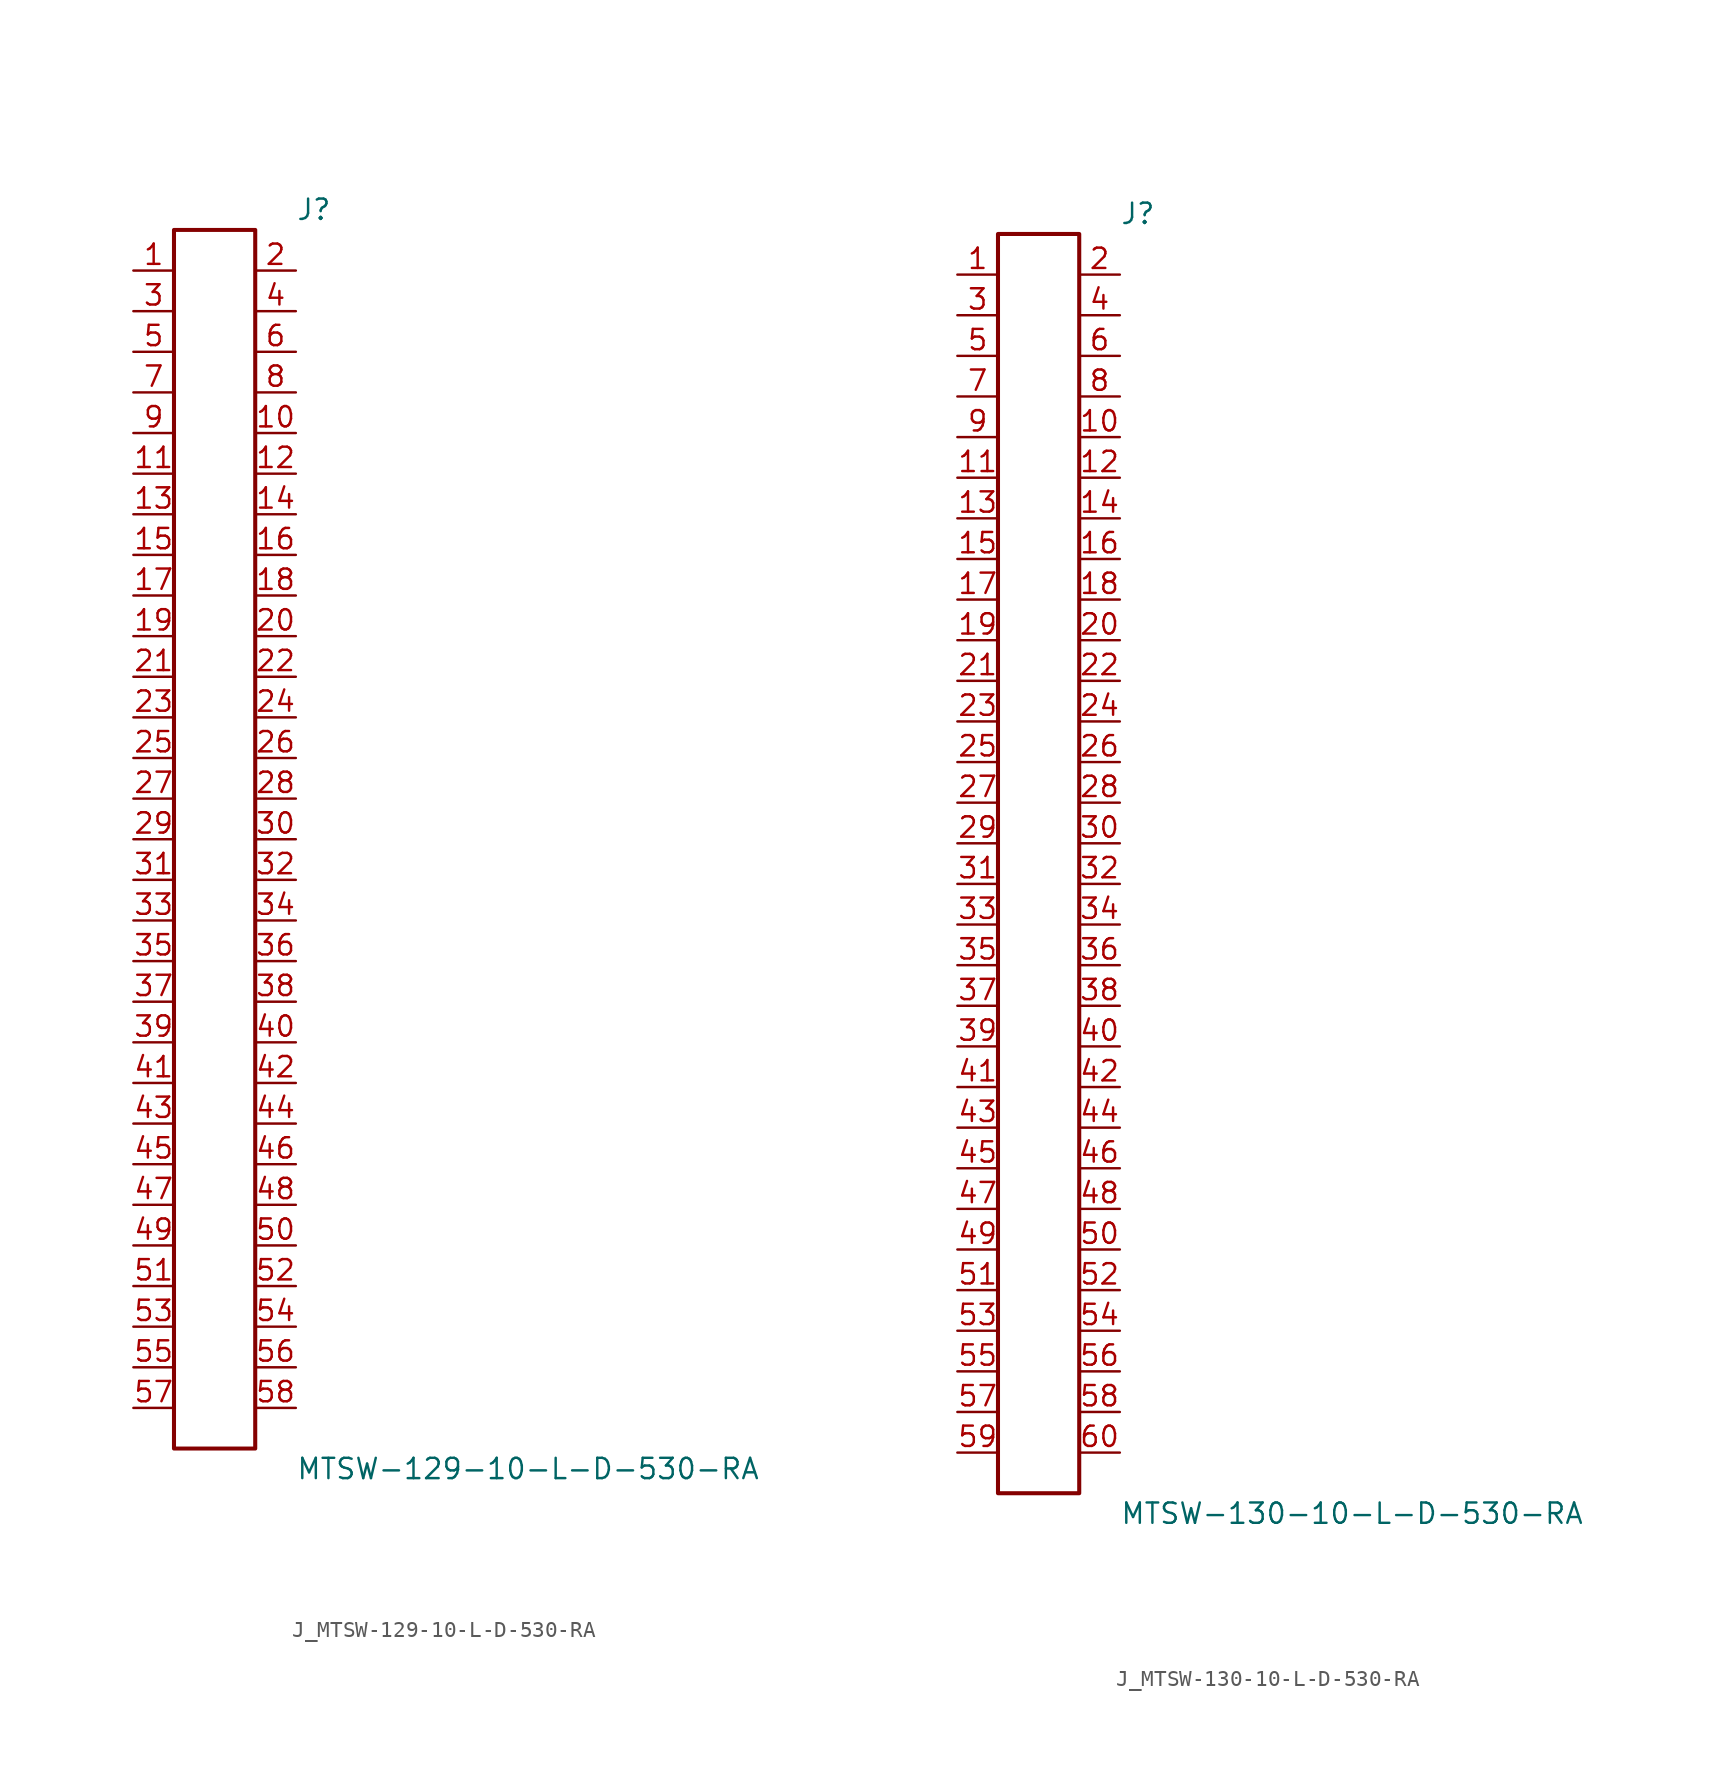
<source format=kicad_sym>
(kicad_symbol_lib
  (version 20231120)
  (generator kicad_symbol_editor)
  (generator_version 8.0)
  (symbol "J_MTSW-129-10-L-D-530-RA"
    (pin_names
      (offset 0.254))
    (property "Reference" "J"
      (at 5.08 39.37 0)
      (effects (font (size 1.27 1.27)) (justify left)))
    (property "Value" "MTSW-129-10-L-D-530-RA"
      (at 5.08 -39.37 0)
      (effects (font (size 1.27 1.27)) (justify left)))
    (symbol "J_MTSW-129-10-L-D-530-RA_0_0"
      (pin passive line (at -5.08 35.56 0) (length 2.54) (name "" (effects (font (size 1.27 1.27)))) (number "1" (effects (font (size 1.27 1.27)))))
      (pin passive line (at 5.08 35.56 180) (length 2.54) (name "" (effects (font (size 1.27 1.27)))) (number "2" (effects (font (size 1.27 1.27)))))
      (pin passive line (at -5.08 33.02 0) (length 2.54) (name "" (effects (font (size 1.27 1.27)))) (number "3" (effects (font (size 1.27 1.27)))))
      (pin passive line (at 5.08 33.02 180) (length 2.54) (name "" (effects (font (size 1.27 1.27)))) (number "4" (effects (font (size 1.27 1.27)))))
      (pin passive line (at -5.08 30.48 0) (length 2.54) (name "" (effects (font (size 1.27 1.27)))) (number "5" (effects (font (size 1.27 1.27)))))
      (pin passive line (at 5.08 30.48 180) (length 2.54) (name "" (effects (font (size 1.27 1.27)))) (number "6" (effects (font (size 1.27 1.27)))))
      (pin passive line (at -5.08 27.94 0) (length 2.54) (name "" (effects (font (size 1.27 1.27)))) (number "7" (effects (font (size 1.27 1.27)))))
      (pin passive line (at 5.08 27.94 180) (length 2.54) (name "" (effects (font (size 1.27 1.27)))) (number "8" (effects (font (size 1.27 1.27)))))
      (pin passive line (at -5.08 25.4 0) (length 2.54) (name "" (effects (font (size 1.27 1.27)))) (number "9" (effects (font (size 1.27 1.27)))))
      (pin passive line (at 5.08 25.4 180) (length 2.54) (name "" (effects (font (size 1.27 1.27)))) (number "10" (effects (font (size 1.27 1.27)))))
      (pin passive line (at -5.08 22.86 0) (length 2.54) (name "" (effects (font (size 1.27 1.27)))) (number "11" (effects (font (size 1.27 1.27)))))
      (pin passive line (at 5.08 22.86 180) (length 2.54) (name "" (effects (font (size 1.27 1.27)))) (number "12" (effects (font (size 1.27 1.27)))))
      (pin passive line (at -5.08 20.32 0) (length 2.54) (name "" (effects (font (size 1.27 1.27)))) (number "13" (effects (font (size 1.27 1.27)))))
      (pin passive line (at 5.08 20.32 180) (length 2.54) (name "" (effects (font (size 1.27 1.27)))) (number "14" (effects (font (size 1.27 1.27)))))
      (pin passive line (at -5.08 17.78 0) (length 2.54) (name "" (effects (font (size 1.27 1.27)))) (number "15" (effects (font (size 1.27 1.27)))))
      (pin passive line (at 5.08 17.78 180) (length 2.54) (name "" (effects (font (size 1.27 1.27)))) (number "16" (effects (font (size 1.27 1.27)))))
      (pin passive line (at -5.08 15.24 0) (length 2.54) (name "" (effects (font (size 1.27 1.27)))) (number "17" (effects (font (size 1.27 1.27)))))
      (pin passive line (at 5.08 15.24 180) (length 2.54) (name "" (effects (font (size 1.27 1.27)))) (number "18" (effects (font (size 1.27 1.27)))))
      (pin passive line (at -5.08 12.7 0) (length 2.54) (name "" (effects (font (size 1.27 1.27)))) (number "19" (effects (font (size 1.27 1.27)))))
      (pin passive line (at 5.08 12.7 180) (length 2.54) (name "" (effects (font (size 1.27 1.27)))) (number "20" (effects (font (size 1.27 1.27)))))
      (pin passive line (at -5.08 10.16 0) (length 2.54) (name "" (effects (font (size 1.27 1.27)))) (number "21" (effects (font (size 1.27 1.27)))))
      (pin passive line (at 5.08 10.16 180) (length 2.54) (name "" (effects (font (size 1.27 1.27)))) (number "22" (effects (font (size 1.27 1.27)))))
      (pin passive line (at -5.08 7.62 0) (length 2.54) (name "" (effects (font (size 1.27 1.27)))) (number "23" (effects (font (size 1.27 1.27)))))
      (pin passive line (at 5.08 7.62 180) (length 2.54) (name "" (effects (font (size 1.27 1.27)))) (number "24" (effects (font (size 1.27 1.27)))))
      (pin passive line (at -5.08 5.08 0) (length 2.54) (name "" (effects (font (size 1.27 1.27)))) (number "25" (effects (font (size 1.27 1.27)))))
      (pin passive line (at 5.08 5.08 180) (length 2.54) (name "" (effects (font (size 1.27 1.27)))) (number "26" (effects (font (size 1.27 1.27)))))
      (pin passive line (at -5.08 2.54 0) (length 2.54) (name "" (effects (font (size 1.27 1.27)))) (number "27" (effects (font (size 1.27 1.27)))))
      (pin passive line (at 5.08 2.54 180) (length 2.54) (name "" (effects (font (size 1.27 1.27)))) (number "28" (effects (font (size 1.27 1.27)))))
      (pin passive line (at -5.08 0.0 0) (length 2.54) (name "" (effects (font (size 1.27 1.27)))) (number "29" (effects (font (size 1.27 1.27)))))
      (pin passive line (at 5.08 0.0 180) (length 2.54) (name "" (effects (font (size 1.27 1.27)))) (number "30" (effects (font (size 1.27 1.27)))))
      (pin passive line (at -5.08 -2.54 0) (length 2.54) (name "" (effects (font (size 1.27 1.27)))) (number "31" (effects (font (size 1.27 1.27)))))
      (pin passive line (at 5.08 -2.54 180) (length 2.54) (name "" (effects (font (size 1.27 1.27)))) (number "32" (effects (font (size 1.27 1.27)))))
      (pin passive line (at -5.08 -5.08 0) (length 2.54) (name "" (effects (font (size 1.27 1.27)))) (number "33" (effects (font (size 1.27 1.27)))))
      (pin passive line (at 5.08 -5.08 180) (length 2.54) (name "" (effects (font (size 1.27 1.27)))) (number "34" (effects (font (size 1.27 1.27)))))
      (pin passive line (at -5.08 -7.62 0) (length 2.54) (name "" (effects (font (size 1.27 1.27)))) (number "35" (effects (font (size 1.27 1.27)))))
      (pin passive line (at 5.08 -7.62 180) (length 2.54) (name "" (effects (font (size 1.27 1.27)))) (number "36" (effects (font (size 1.27 1.27)))))
      (pin passive line (at -5.08 -10.16 0) (length 2.54) (name "" (effects (font (size 1.27 1.27)))) (number "37" (effects (font (size 1.27 1.27)))))
      (pin passive line (at 5.08 -10.16 180) (length 2.54) (name "" (effects (font (size 1.27 1.27)))) (number "38" (effects (font (size 1.27 1.27)))))
      (pin passive line (at -5.08 -12.7 0) (length 2.54) (name "" (effects (font (size 1.27 1.27)))) (number "39" (effects (font (size 1.27 1.27)))))
      (pin passive line (at 5.08 -12.7 180) (length 2.54) (name "" (effects (font (size 1.27 1.27)))) (number "40" (effects (font (size 1.27 1.27)))))
      (pin passive line (at -5.08 -15.24 0) (length 2.54) (name "" (effects (font (size 1.27 1.27)))) (number "41" (effects (font (size 1.27 1.27)))))
      (pin passive line (at 5.08 -15.24 180) (length 2.54) (name "" (effects (font (size 1.27 1.27)))) (number "42" (effects (font (size 1.27 1.27)))))
      (pin passive line (at -5.08 -17.78 0) (length 2.54) (name "" (effects (font (size 1.27 1.27)))) (number "43" (effects (font (size 1.27 1.27)))))
      (pin passive line (at 5.08 -17.78 180) (length 2.54) (name "" (effects (font (size 1.27 1.27)))) (number "44" (effects (font (size 1.27 1.27)))))
      (pin passive line (at -5.08 -20.32 0) (length 2.54) (name "" (effects (font (size 1.27 1.27)))) (number "45" (effects (font (size 1.27 1.27)))))
      (pin passive line (at 5.08 -20.32 180) (length 2.54) (name "" (effects (font (size 1.27 1.27)))) (number "46" (effects (font (size 1.27 1.27)))))
      (pin passive line (at -5.08 -22.86 0) (length 2.54) (name "" (effects (font (size 1.27 1.27)))) (number "47" (effects (font (size 1.27 1.27)))))
      (pin passive line (at 5.08 -22.86 180) (length 2.54) (name "" (effects (font (size 1.27 1.27)))) (number "48" (effects (font (size 1.27 1.27)))))
      (pin passive line (at -5.08 -25.4 0) (length 2.54) (name "" (effects (font (size 1.27 1.27)))) (number "49" (effects (font (size 1.27 1.27)))))
      (pin passive line (at 5.08 -25.4 180) (length 2.54) (name "" (effects (font (size 1.27 1.27)))) (number "50" (effects (font (size 1.27 1.27)))))
      (pin passive line (at -5.08 -27.94 0) (length 2.54) (name "" (effects (font (size 1.27 1.27)))) (number "51" (effects (font (size 1.27 1.27)))))
      (pin passive line (at 5.08 -27.94 180) (length 2.54) (name "" (effects (font (size 1.27 1.27)))) (number "52" (effects (font (size 1.27 1.27)))))
      (pin passive line (at -5.08 -30.48 0) (length 2.54) (name "" (effects (font (size 1.27 1.27)))) (number "53" (effects (font (size 1.27 1.27)))))
      (pin passive line (at 5.08 -30.48 180) (length 2.54) (name "" (effects (font (size 1.27 1.27)))) (number "54" (effects (font (size 1.27 1.27)))))
      (pin passive line (at -5.08 -33.02 0) (length 2.54) (name "" (effects (font (size 1.27 1.27)))) (number "55" (effects (font (size 1.27 1.27)))))
      (pin passive line (at 5.08 -33.02 180) (length 2.54) (name "" (effects (font (size 1.27 1.27)))) (number "56" (effects (font (size 1.27 1.27)))))
      (pin passive line (at -5.08 -35.56 0) (length 2.54) (name "" (effects (font (size 1.27 1.27)))) (number "57" (effects (font (size 1.27 1.27)))))
      (pin passive line (at 5.08 -35.56 180) (length 2.54) (name "" (effects (font (size 1.27 1.27)))) (number "58" (effects (font (size 1.27 1.27))))))
    (symbol "J_MTSW-129-10-L-D-530-RA_1_0"
      (rectangle (start -2.54 38.1) (end 2.54 -38.1) (stroke (width 0.254) (type solid)) (fill (type none)))))
  (symbol "J_MTSW-130-10-L-D-530-RA"
    (pin_names
      (offset 0.254))
    (property "Reference" "J"
      (at 5.08 40.64 0)
      (effects (font (size 1.27 1.27)) (justify left)))
    (property "Value" "MTSW-130-10-L-D-530-RA"
      (at 5.08 -40.64 0)
      (effects (font (size 1.27 1.27)) (justify left)))
    (symbol "J_MTSW-130-10-L-D-530-RA_0_0"
      (pin passive line (at -5.08 36.83 0) (length 2.54) (name "" (effects (font (size 1.27 1.27)))) (number "1" (effects (font (size 1.27 1.27)))))
      (pin passive line (at 5.08 36.83 180) (length 2.54) (name "" (effects (font (size 1.27 1.27)))) (number "2" (effects (font (size 1.27 1.27)))))
      (pin passive line (at -5.08 34.29 0) (length 2.54) (name "" (effects (font (size 1.27 1.27)))) (number "3" (effects (font (size 1.27 1.27)))))
      (pin passive line (at 5.08 34.29 180) (length 2.54) (name "" (effects (font (size 1.27 1.27)))) (number "4" (effects (font (size 1.27 1.27)))))
      (pin passive line (at -5.08 31.75 0) (length 2.54) (name "" (effects (font (size 1.27 1.27)))) (number "5" (effects (font (size 1.27 1.27)))))
      (pin passive line (at 5.08 31.75 180) (length 2.54) (name "" (effects (font (size 1.27 1.27)))) (number "6" (effects (font (size 1.27 1.27)))))
      (pin passive line (at -5.08 29.21 0) (length 2.54) (name "" (effects (font (size 1.27 1.27)))) (number "7" (effects (font (size 1.27 1.27)))))
      (pin passive line (at 5.08 29.21 180) (length 2.54) (name "" (effects (font (size 1.27 1.27)))) (number "8" (effects (font (size 1.27 1.27)))))
      (pin passive line (at -5.08 26.67 0) (length 2.54) (name "" (effects (font (size 1.27 1.27)))) (number "9" (effects (font (size 1.27 1.27)))))
      (pin passive line (at 5.08 26.67 180) (length 2.54) (name "" (effects (font (size 1.27 1.27)))) (number "10" (effects (font (size 1.27 1.27)))))
      (pin passive line (at -5.08 24.13 0) (length 2.54) (name "" (effects (font (size 1.27 1.27)))) (number "11" (effects (font (size 1.27 1.27)))))
      (pin passive line (at 5.08 24.13 180) (length 2.54) (name "" (effects (font (size 1.27 1.27)))) (number "12" (effects (font (size 1.27 1.27)))))
      (pin passive line (at -5.08 21.59 0) (length 2.54) (name "" (effects (font (size 1.27 1.27)))) (number "13" (effects (font (size 1.27 1.27)))))
      (pin passive line (at 5.08 21.59 180) (length 2.54) (name "" (effects (font (size 1.27 1.27)))) (number "14" (effects (font (size 1.27 1.27)))))
      (pin passive line (at -5.08 19.05 0) (length 2.54) (name "" (effects (font (size 1.27 1.27)))) (number "15" (effects (font (size 1.27 1.27)))))
      (pin passive line (at 5.08 19.05 180) (length 2.54) (name "" (effects (font (size 1.27 1.27)))) (number "16" (effects (font (size 1.27 1.27)))))
      (pin passive line (at -5.08 16.51 0) (length 2.54) (name "" (effects (font (size 1.27 1.27)))) (number "17" (effects (font (size 1.27 1.27)))))
      (pin passive line (at 5.08 16.51 180) (length 2.54) (name "" (effects (font (size 1.27 1.27)))) (number "18" (effects (font (size 1.27 1.27)))))
      (pin passive line (at -5.08 13.97 0) (length 2.54) (name "" (effects (font (size 1.27 1.27)))) (number "19" (effects (font (size 1.27 1.27)))))
      (pin passive line (at 5.08 13.97 180) (length 2.54) (name "" (effects (font (size 1.27 1.27)))) (number "20" (effects (font (size 1.27 1.27)))))
      (pin passive line (at -5.08 11.43 0) (length 2.54) (name "" (effects (font (size 1.27 1.27)))) (number "21" (effects (font (size 1.27 1.27)))))
      (pin passive line (at 5.08 11.43 180) (length 2.54) (name "" (effects (font (size 1.27 1.27)))) (number "22" (effects (font (size 1.27 1.27)))))
      (pin passive line (at -5.08 8.89 0) (length 2.54) (name "" (effects (font (size 1.27 1.27)))) (number "23" (effects (font (size 1.27 1.27)))))
      (pin passive line (at 5.08 8.89 180) (length 2.54) (name "" (effects (font (size 1.27 1.27)))) (number "24" (effects (font (size 1.27 1.27)))))
      (pin passive line (at -5.08 6.35 0) (length 2.54) (name "" (effects (font (size 1.27 1.27)))) (number "25" (effects (font (size 1.27 1.27)))))
      (pin passive line (at 5.08 6.35 180) (length 2.54) (name "" (effects (font (size 1.27 1.27)))) (number "26" (effects (font (size 1.27 1.27)))))
      (pin passive line (at -5.08 3.81 0) (length 2.54) (name "" (effects (font (size 1.27 1.27)))) (number "27" (effects (font (size 1.27 1.27)))))
      (pin passive line (at 5.08 3.81 180) (length 2.54) (name "" (effects (font (size 1.27 1.27)))) (number "28" (effects (font (size 1.27 1.27)))))
      (pin passive line (at -5.08 1.27 0) (length 2.54) (name "" (effects (font (size 1.27 1.27)))) (number "29" (effects (font (size 1.27 1.27)))))
      (pin passive line (at 5.08 1.27 180) (length 2.54) (name "" (effects (font (size 1.27 1.27)))) (number "30" (effects (font (size 1.27 1.27)))))
      (pin passive line (at -5.08 -1.27 0) (length 2.54) (name "" (effects (font (size 1.27 1.27)))) (number "31" (effects (font (size 1.27 1.27)))))
      (pin passive line (at 5.08 -1.27 180) (length 2.54) (name "" (effects (font (size 1.27 1.27)))) (number "32" (effects (font (size 1.27 1.27)))))
      (pin passive line (at -5.08 -3.81 0) (length 2.54) (name "" (effects (font (size 1.27 1.27)))) (number "33" (effects (font (size 1.27 1.27)))))
      (pin passive line (at 5.08 -3.81 180) (length 2.54) (name "" (effects (font (size 1.27 1.27)))) (number "34" (effects (font (size 1.27 1.27)))))
      (pin passive line (at -5.08 -6.35 0) (length 2.54) (name "" (effects (font (size 1.27 1.27)))) (number "35" (effects (font (size 1.27 1.27)))))
      (pin passive line (at 5.08 -6.35 180) (length 2.54) (name "" (effects (font (size 1.27 1.27)))) (number "36" (effects (font (size 1.27 1.27)))))
      (pin passive line (at -5.08 -8.89 0) (length 2.54) (name "" (effects (font (size 1.27 1.27)))) (number "37" (effects (font (size 1.27 1.27)))))
      (pin passive line (at 5.08 -8.89 180) (length 2.54) (name "" (effects (font (size 1.27 1.27)))) (number "38" (effects (font (size 1.27 1.27)))))
      (pin passive line (at -5.08 -11.43 0) (length 2.54) (name "" (effects (font (size 1.27 1.27)))) (number "39" (effects (font (size 1.27 1.27)))))
      (pin passive line (at 5.08 -11.43 180) (length 2.54) (name "" (effects (font (size 1.27 1.27)))) (number "40" (effects (font (size 1.27 1.27)))))
      (pin passive line (at -5.08 -13.97 0) (length 2.54) (name "" (effects (font (size 1.27 1.27)))) (number "41" (effects (font (size 1.27 1.27)))))
      (pin passive line (at 5.08 -13.97 180) (length 2.54) (name "" (effects (font (size 1.27 1.27)))) (number "42" (effects (font (size 1.27 1.27)))))
      (pin passive line (at -5.08 -16.51 0) (length 2.54) (name "" (effects (font (size 1.27 1.27)))) (number "43" (effects (font (size 1.27 1.27)))))
      (pin passive line (at 5.08 -16.51 180) (length 2.54) (name "" (effects (font (size 1.27 1.27)))) (number "44" (effects (font (size 1.27 1.27)))))
      (pin passive line (at -5.08 -19.05 0) (length 2.54) (name "" (effects (font (size 1.27 1.27)))) (number "45" (effects (font (size 1.27 1.27)))))
      (pin passive line (at 5.08 -19.05 180) (length 2.54) (name "" (effects (font (size 1.27 1.27)))) (number "46" (effects (font (size 1.27 1.27)))))
      (pin passive line (at -5.08 -21.59 0) (length 2.54) (name "" (effects (font (size 1.27 1.27)))) (number "47" (effects (font (size 1.27 1.27)))))
      (pin passive line (at 5.08 -21.59 180) (length 2.54) (name "" (effects (font (size 1.27 1.27)))) (number "48" (effects (font (size 1.27 1.27)))))
      (pin passive line (at -5.08 -24.13 0) (length 2.54) (name "" (effects (font (size 1.27 1.27)))) (number "49" (effects (font (size 1.27 1.27)))))
      (pin passive line (at 5.08 -24.13 180) (length 2.54) (name "" (effects (font (size 1.27 1.27)))) (number "50" (effects (font (size 1.27 1.27)))))
      (pin passive line (at -5.08 -26.67 0) (length 2.54) (name "" (effects (font (size 1.27 1.27)))) (number "51" (effects (font (size 1.27 1.27)))))
      (pin passive line (at 5.08 -26.67 180) (length 2.54) (name "" (effects (font (size 1.27 1.27)))) (number "52" (effects (font (size 1.27 1.27)))))
      (pin passive line (at -5.08 -29.21 0) (length 2.54) (name "" (effects (font (size 1.27 1.27)))) (number "53" (effects (font (size 1.27 1.27)))))
      (pin passive line (at 5.08 -29.21 180) (length 2.54) (name "" (effects (font (size 1.27 1.27)))) (number "54" (effects (font (size 1.27 1.27)))))
      (pin passive line (at -5.08 -31.75 0) (length 2.54) (name "" (effects (font (size 1.27 1.27)))) (number "55" (effects (font (size 1.27 1.27)))))
      (pin passive line (at 5.08 -31.75 180) (length 2.54) (name "" (effects (font (size 1.27 1.27)))) (number "56" (effects (font (size 1.27 1.27)))))
      (pin passive line (at -5.08 -34.29 0) (length 2.54) (name "" (effects (font (size 1.27 1.27)))) (number "57" (effects (font (size 1.27 1.27)))))
      (pin passive line (at 5.08 -34.29 180) (length 2.54) (name "" (effects (font (size 1.27 1.27)))) (number "58" (effects (font (size 1.27 1.27)))))
      (pin passive line (at -5.08 -36.83 0) (length 2.54) (name "" (effects (font (size 1.27 1.27)))) (number "59" (effects (font (size 1.27 1.27)))))
      (pin passive line (at 5.08 -36.83 180) (length 2.54) (name "" (effects (font (size 1.27 1.27)))) (number "60" (effects (font (size 1.27 1.27))))))
    (symbol "J_MTSW-130-10-L-D-530-RA_1_0"
      (rectangle (start -2.54 39.37) (end 2.54 -39.37) (stroke (width 0.254) (type solid)) (fill (type none))))))
</source>
